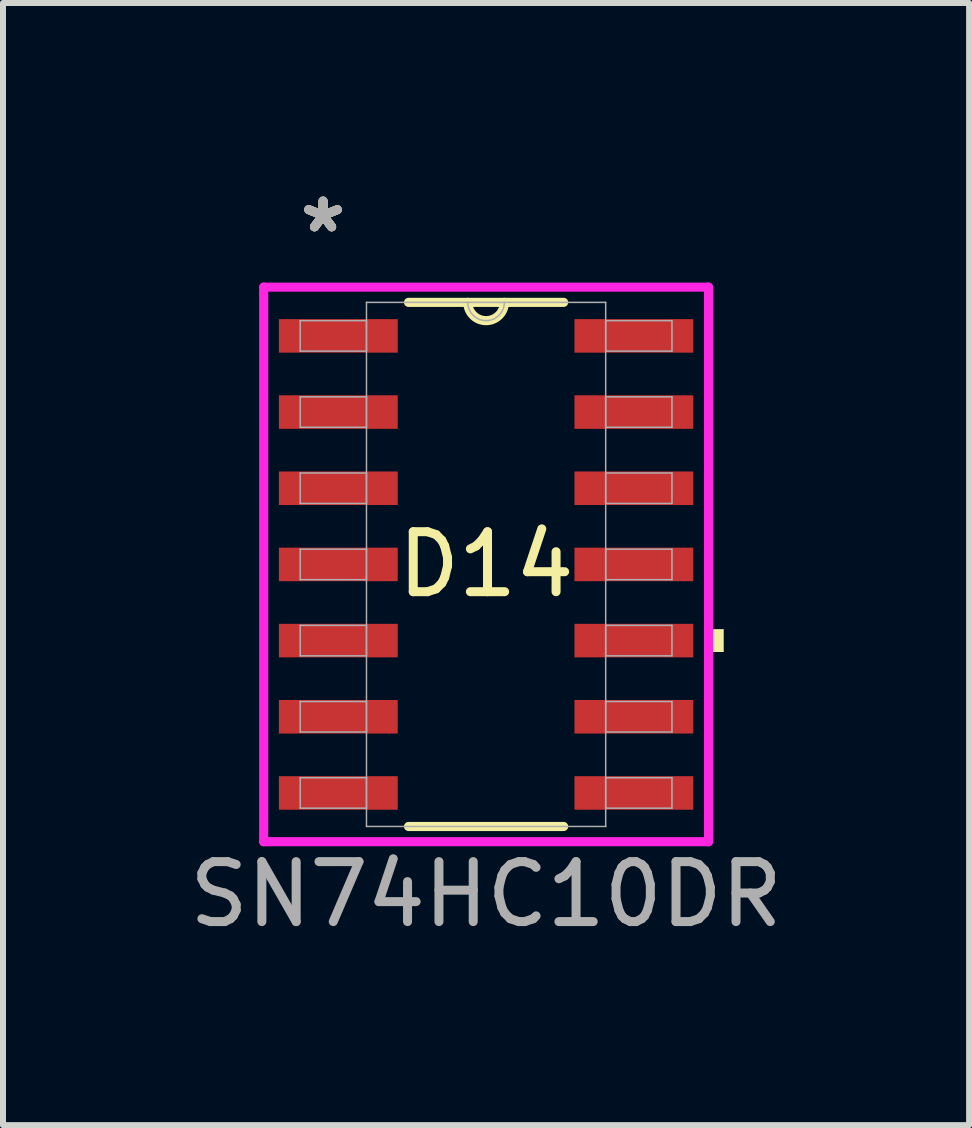
<source format=kicad_pcb>
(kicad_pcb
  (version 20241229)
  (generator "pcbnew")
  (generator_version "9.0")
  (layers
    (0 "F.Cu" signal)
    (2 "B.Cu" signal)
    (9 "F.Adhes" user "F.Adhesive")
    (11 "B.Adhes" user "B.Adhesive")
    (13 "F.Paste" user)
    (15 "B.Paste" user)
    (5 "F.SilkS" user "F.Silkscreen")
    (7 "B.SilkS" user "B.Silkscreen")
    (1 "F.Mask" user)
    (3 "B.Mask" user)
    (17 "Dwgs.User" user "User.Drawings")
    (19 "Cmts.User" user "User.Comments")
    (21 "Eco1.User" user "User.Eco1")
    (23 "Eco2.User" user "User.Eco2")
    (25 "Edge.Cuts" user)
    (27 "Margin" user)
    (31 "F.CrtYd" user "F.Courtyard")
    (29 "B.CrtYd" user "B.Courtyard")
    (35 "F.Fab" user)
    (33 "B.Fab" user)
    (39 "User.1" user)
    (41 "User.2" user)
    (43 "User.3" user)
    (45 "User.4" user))
  (footprint "D14"
    (layer "F.Cu")
    (at 5.054 6.36)
    (property "Reference" "D14" (at 0 0 0) (unlocked yes) (layer "F.SilkS") (effects (font (size 1 1) (thickness 0.15))))
    (attr smd)
    (fp_line (start -1.293 4.369) (end 1.293 4.369) (stroke (width 0.152) (type solid)) (layer "F.SilkS"))
    (fp_line (start 1.293 -4.369) (end -1.293 -4.369) (stroke (width 0.152) (type solid)) (layer "F.SilkS"))
    (fp_arc (start 0.3048 -4.3688) (mid 0 -4.064) (end -0.3048 -4.3688) (stroke (width 0.1524) (type solid)) (layer "F.SilkS"))
    (fp_poly (pts (xy 3.962 1.079) (xy 3.962 1.46) (xy 3.708 1.46) (xy 3.708 1.079)) (stroke (width 0) (type solid)) (fill yes) (layer "F.SilkS"))
    (fp_line (start -3.708 -4.623) (end 3.708 -4.623) (stroke (width 0.152) (type solid)) (layer "F.CrtYd"))
    (fp_line (start -3.708 4.623) (end -3.708 -4.623) (stroke (width 0.152) (type solid)) (layer "F.CrtYd"))
    (fp_line (start 3.708 -4.623) (end 3.708 4.623) (stroke (width 0.152) (type solid)) (layer "F.CrtYd"))
    (fp_line (start 3.708 4.623) (end -3.708 4.623) (stroke (width 0.152) (type solid)) (layer "F.CrtYd"))
    (fp_line (start -3.099 -4.064) (end -3.099 -3.556) (stroke (width 0.025) (type solid)) (layer "F.Fab"))
    (fp_line (start -3.099 -3.556) (end -1.994 -3.556) (stroke (width 0.025) (type solid)) (layer "F.Fab"))
    (fp_line (start -3.099 -2.794) (end -3.099 -2.286) (stroke (width 0.025) (type solid)) (layer "F.Fab"))
    (fp_line (start -3.099 -2.286) (end -1.994 -2.286) (stroke (width 0.025) (type solid)) (layer "F.Fab"))
    (fp_line (start -3.099 -1.524) (end -3.099 -1.016) (stroke (width 0.025) (type solid)) (layer "F.Fab"))
    (fp_line (start -3.099 -1.016) (end -1.994 -1.016) (stroke (width 0.025) (type solid)) (layer "F.Fab"))
    (fp_line (start -3.099 -0.254) (end -3.099 0.254) (stroke (width 0.025) (type solid)) (layer "F.Fab"))
    (fp_line (start -3.099 0.254) (end -1.994 0.254) (stroke (width 0.025) (type solid)) (layer "F.Fab"))
    (fp_line (start -3.099 1.016) (end -3.099 1.524) (stroke (width 0.025) (type solid)) (layer "F.Fab"))
    (fp_line (start -3.099 1.524) (end -1.994 1.524) (stroke (width 0.025) (type solid)) (layer "F.Fab"))
    (fp_line (start -3.099 2.286) (end -3.099 2.794) (stroke (width 0.025) (type solid)) (layer "F.Fab"))
    (fp_line (start -3.099 2.794) (end -1.994 2.794) (stroke (width 0.025) (type solid)) (layer "F.Fab"))
    (fp_line (start -3.099 3.556) (end -3.099 4.064) (stroke (width 0.025) (type solid)) (layer "F.Fab"))
    (fp_line (start -3.099 4.064) (end -1.994 4.064) (stroke (width 0.025) (type solid)) (layer "F.Fab"))
    (fp_line (start -1.994 -4.369) (end -1.994 4.369) (stroke (width 0.025) (type solid)) (layer "F.Fab"))
    (fp_line (start -1.994 -4.064) (end -3.099 -4.064) (stroke (width 0.025) (type solid)) (layer "F.Fab"))
    (fp_line (start -1.994 -3.556) (end -1.994 -4.064) (stroke (width 0.025) (type solid)) (layer "F.Fab"))
    (fp_line (start -1.994 -2.794) (end -3.099 -2.794) (stroke (width 0.025) (type solid)) (layer "F.Fab"))
    (fp_line (start -1.994 -2.286) (end -1.994 -2.794) (stroke (width 0.025) (type solid)) (layer "F.Fab"))
    (fp_line (start -1.994 -1.524) (end -3.099 -1.524) (stroke (width 0.025) (type solid)) (layer "F.Fab"))
    (fp_line (start -1.994 -1.016) (end -1.994 -1.524) (stroke (width 0.025) (type solid)) (layer "F.Fab"))
    (fp_line (start -1.994 -0.254) (end -3.099 -0.254) (stroke (width 0.025) (type solid)) (layer "F.Fab"))
    (fp_line (start -1.994 0.254) (end -1.994 -0.254) (stroke (width 0.025) (type solid)) (layer "F.Fab"))
    (fp_line (start -1.994 1.016) (end -3.099 1.016) (stroke (width 0.025) (type solid)) (layer "F.Fab"))
    (fp_line (start -1.994 1.524) (end -1.994 1.016) (stroke (width 0.025) (type solid)) (layer "F.Fab"))
    (fp_line (start -1.994 2.286) (end -3.099 2.286) (stroke (width 0.025) (type solid)) (layer "F.Fab"))
    (fp_line (start -1.994 2.794) (end -1.994 2.286) (stroke (width 0.025) (type solid)) (layer "F.Fab"))
    (fp_line (start -1.994 3.556) (end -3.099 3.556) (stroke (width 0.025) (type solid)) (layer "F.Fab"))
    (fp_line (start -1.994 4.064) (end -1.994 3.556) (stroke (width 0.025) (type solid)) (layer "F.Fab"))
    (fp_line (start -1.994 4.369) (end 1.994 4.369) (stroke (width 0.025) (type solid)) (layer "F.Fab"))
    (fp_line (start 1.994 -4.369) (end -1.994 -4.369) (stroke (width 0.025) (type solid)) (layer "F.Fab"))
    (fp_line (start 1.994 -4.064) (end 1.994 -3.556) (stroke (width 0.025) (type solid)) (layer "F.Fab"))
    (fp_line (start 1.994 -3.556) (end 3.099 -3.556) (stroke (width 0.025) (type solid)) (layer "F.Fab"))
    (fp_line (start 1.994 -2.794) (end 1.994 -2.286) (stroke (width 0.025) (type solid)) (layer "F.Fab"))
    (fp_line (start 1.994 -2.286) (end 3.099 -2.286) (stroke (width 0.025) (type solid)) (layer "F.Fab"))
    (fp_line (start 1.994 -1.524) (end 1.994 -1.016) (stroke (width 0.025) (type solid)) (layer "F.Fab"))
    (fp_line (start 1.994 -1.016) (end 3.099 -1.016) (stroke (width 0.025) (type solid)) (layer "F.Fab"))
    (fp_line (start 1.994 -0.254) (end 1.994 0.254) (stroke (width 0.025) (type solid)) (layer "F.Fab"))
    (fp_line (start 1.994 0.254) (end 3.099 0.254) (stroke (width 0.025) (type solid)) (layer "F.Fab"))
    (fp_line (start 1.994 1.016) (end 1.994 1.524) (stroke (width 0.025) (type solid)) (layer "F.Fab"))
    (fp_line (start 1.994 1.524) (end 3.099 1.524) (stroke (width 0.025) (type solid)) (layer "F.Fab"))
    (fp_line (start 1.994 2.286) (end 1.994 2.794) (stroke (width 0.025) (type solid)) (layer "F.Fab"))
    (fp_line (start 1.994 2.794) (end 3.099 2.794) (stroke (width 0.025) (type solid)) (layer "F.Fab"))
    (fp_line (start 1.994 3.556) (end 1.994 4.064) (stroke (width 0.025) (type solid)) (layer "F.Fab"))
    (fp_line (start 1.994 4.064) (end 3.099 4.064) (stroke (width 0.025) (type solid)) (layer "F.Fab"))
    (fp_line (start 1.994 4.369) (end 1.994 -4.369) (stroke (width 0.025) (type solid)) (layer "F.Fab"))
    (fp_line (start 3.099 -4.064) (end 1.994 -4.064) (stroke (width 0.025) (type solid)) (layer "F.Fab"))
    (fp_line (start 3.099 -3.556) (end 3.099 -4.064) (stroke (width 0.025) (type solid)) (layer "F.Fab"))
    (fp_line (start 3.099 -2.794) (end 1.994 -2.794) (stroke (width 0.025) (type solid)) (layer "F.Fab"))
    (fp_line (start 3.099 -2.286) (end 3.099 -2.794) (stroke (width 0.025) (type solid)) (layer "F.Fab"))
    (fp_line (start 3.099 -1.524) (end 1.994 -1.524) (stroke (width 0.025) (type solid)) (layer "F.Fab"))
    (fp_line (start 3.099 -1.016) (end 3.099 -1.524) (stroke (width 0.025) (type solid)) (layer "F.Fab"))
    (fp_line (start 3.099 -0.254) (end 1.994 -0.254) (stroke (width 0.025) (type solid)) (layer "F.Fab"))
    (fp_line (start 3.099 0.254) (end 3.099 -0.254) (stroke (width 0.025) (type solid)) (layer "F.Fab"))
    (fp_line (start 3.099 1.016) (end 1.994 1.016) (stroke (width 0.025) (type solid)) (layer "F.Fab"))
    (fp_line (start 3.099 1.524) (end 3.099 1.016) (stroke (width 0.025) (type solid)) (layer "F.Fab"))
    (fp_line (start 3.099 2.286) (end 1.994 2.286) (stroke (width 0.025) (type solid)) (layer "F.Fab"))
    (fp_line (start 3.099 2.794) (end 3.099 2.286) (stroke (width 0.025) (type solid)) (layer "F.Fab"))
    (fp_line (start 3.099 3.556) (end 1.994 3.556) (stroke (width 0.025) (type solid)) (layer "F.Fab"))
    (fp_line (start 3.099 4.064) (end 3.099 3.556) (stroke (width 0.025) (type solid)) (layer "F.Fab"))
    (fp_arc (start 0.3048 -4.3688) (mid 0 -4.064) (end -0.3048 -4.3688) (stroke (width 0.0254) (type solid)) (layer "F.Fab"))
    (fp_text user "*" (at -2.718 -5.512 0) (layer "F.SilkS") (effects (font (size 1 1) (thickness 0.15))))
    (fp_text user "*" (at -2.718 -5.512 0) (unlocked yes) (layer "F.SilkS") (effects (font (size 1 1) (thickness 0.15))))
    (fp_text user "SN74HC10DR" (at 0 5.5 0) (unlocked yes) (layer "F.Fab") (effects (font (size 1 1) (thickness 0.15))))
    (fp_text user "*" (at -2.718 -5.512 0) (layer "F.Fab") (effects (font (size 1 1) (thickness 0.15))))
    (fp_text user "*" (at -2.718 -5.512 0) (unlocked yes) (layer "F.Fab") (effects (font (size 1 1) (thickness 0.15))))
    (pad "1" smd rect (at -2.464 -3.81) (size 1.981 0.559) (layers "F.Cu" "F.Mask" "F.Paste"))
    (pad "2" smd rect (at -2.464 -2.54) (size 1.981 0.559) (layers "F.Cu" "F.Mask" "F.Paste"))
    (pad "3" smd rect (at -2.464 -1.27) (size 1.981 0.559) (layers "F.Cu" "F.Mask" "F.Paste"))
    (pad "4" smd rect (at -2.464 0) (size 1.981 0.559) (layers "F.Cu" "F.Mask" "F.Paste"))
    (pad "5" smd rect (at -2.464 1.27) (size 1.981 0.559) (layers "F.Cu" "F.Mask" "F.Paste"))
    (pad "6" smd rect (at -2.464 2.54) (size 1.981 0.559) (layers "F.Cu" "F.Mask" "F.Paste"))
    (pad "7" smd rect (at -2.464 3.81) (size 1.981 0.559) (layers "F.Cu" "F.Mask" "F.Paste"))
    (pad "8" smd rect (at 2.464 3.81) (size 1.981 0.559) (layers "F.Cu" "F.Mask" "F.Paste"))
    (pad "9" smd rect (at 2.464 2.54) (size 1.981 0.559) (layers "F.Cu" "F.Mask" "F.Paste"))
    (pad "10" smd rect (at 2.464 1.27) (size 1.981 0.559) (layers "F.Cu" "F.Mask" "F.Paste"))
    (pad "11" smd rect (at 2.464 0) (size 1.981 0.559) (layers "F.Cu" "F.Mask" "F.Paste"))
    (pad "12" smd rect (at 2.464 -1.27) (size 1.981 0.559) (layers "F.Cu" "F.Mask" "F.Paste"))
    (pad "13" smd rect (at 2.464 -2.54) (size 1.981 0.559) (layers "F.Cu" "F.Mask" "F.Paste"))
    (pad "14" smd rect (at 2.464 -3.81) (size 1.981 0.559) (layers "F.Cu" "F.Mask" "F.Paste")))
  (gr_rect
    (start -3 -3)
    (end 13.107 15.708)
    (stroke (width 0.1) (type default))
    (fill no)
    (layer "Edge.Cuts")))
</source>
